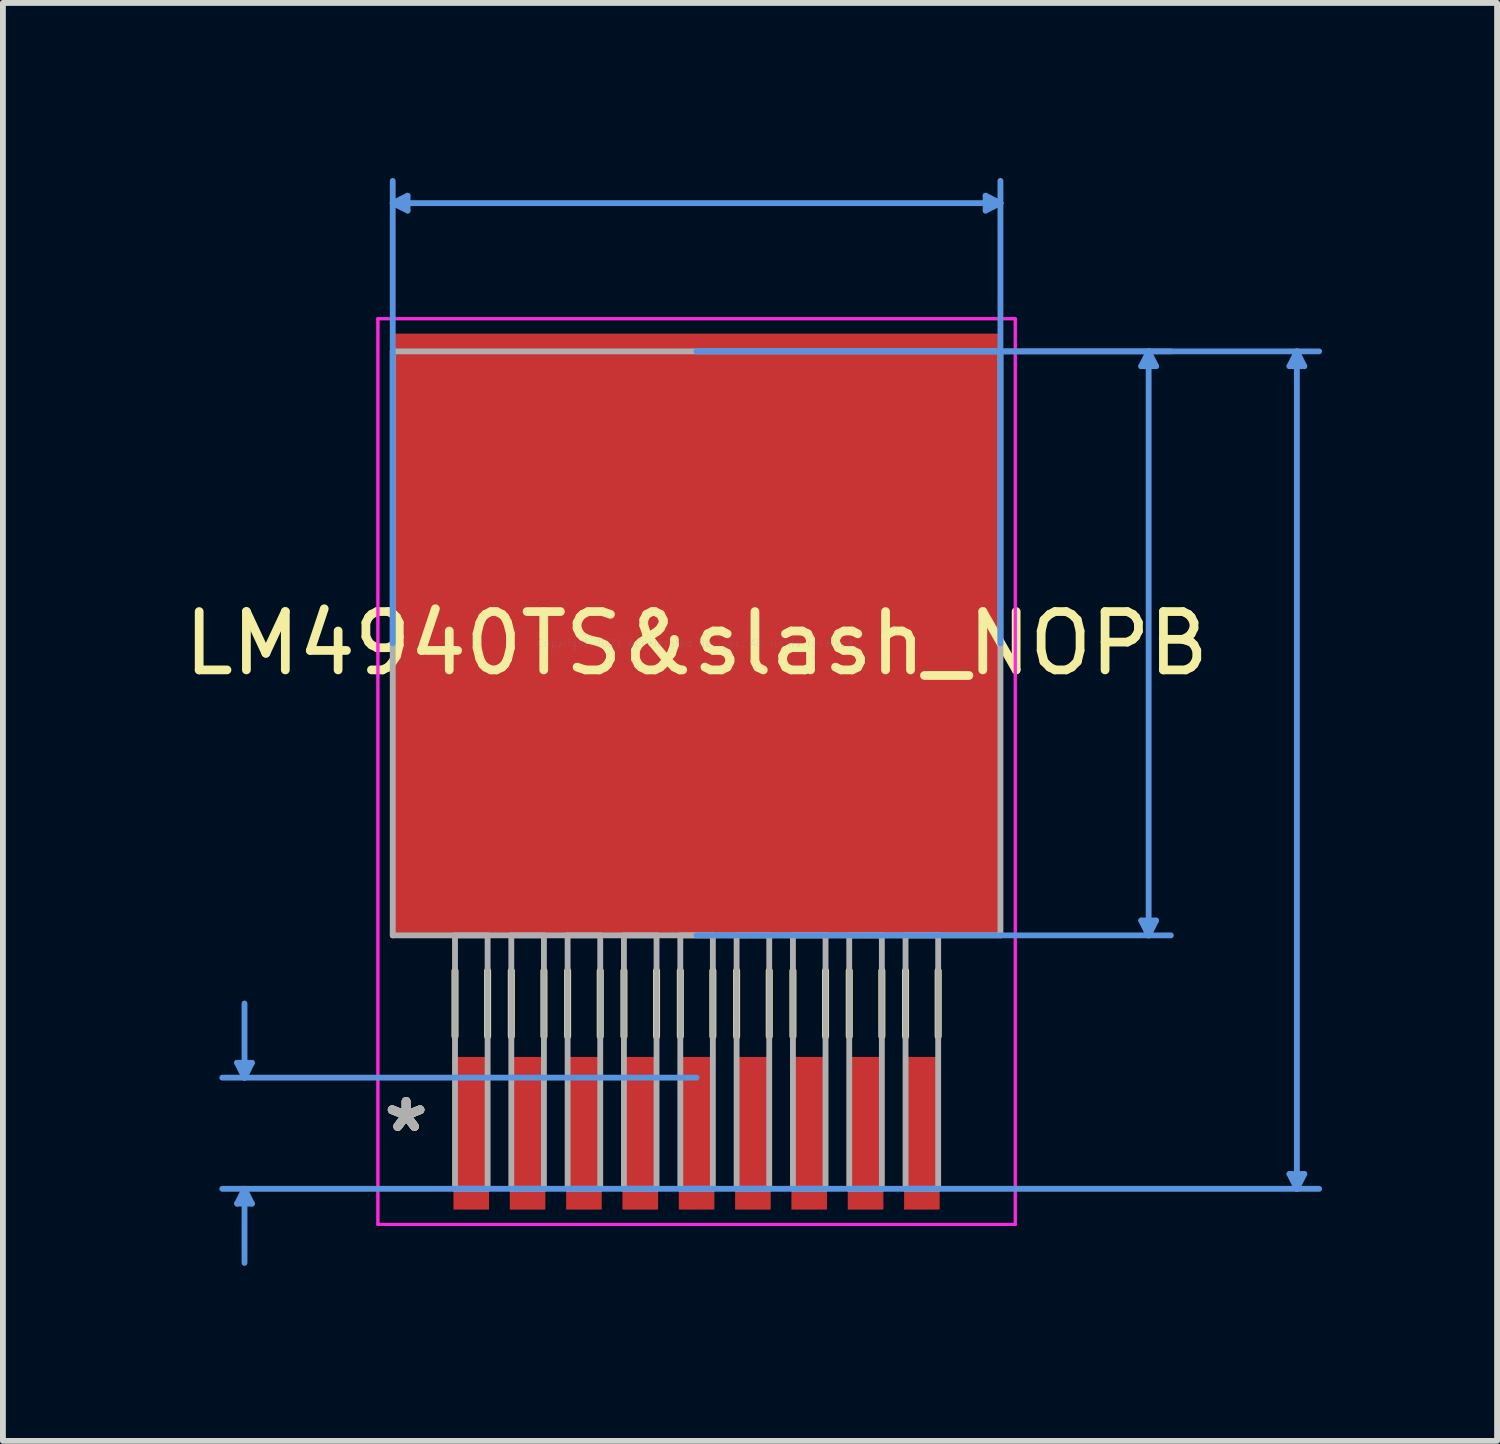
<source format=kicad_pcb>
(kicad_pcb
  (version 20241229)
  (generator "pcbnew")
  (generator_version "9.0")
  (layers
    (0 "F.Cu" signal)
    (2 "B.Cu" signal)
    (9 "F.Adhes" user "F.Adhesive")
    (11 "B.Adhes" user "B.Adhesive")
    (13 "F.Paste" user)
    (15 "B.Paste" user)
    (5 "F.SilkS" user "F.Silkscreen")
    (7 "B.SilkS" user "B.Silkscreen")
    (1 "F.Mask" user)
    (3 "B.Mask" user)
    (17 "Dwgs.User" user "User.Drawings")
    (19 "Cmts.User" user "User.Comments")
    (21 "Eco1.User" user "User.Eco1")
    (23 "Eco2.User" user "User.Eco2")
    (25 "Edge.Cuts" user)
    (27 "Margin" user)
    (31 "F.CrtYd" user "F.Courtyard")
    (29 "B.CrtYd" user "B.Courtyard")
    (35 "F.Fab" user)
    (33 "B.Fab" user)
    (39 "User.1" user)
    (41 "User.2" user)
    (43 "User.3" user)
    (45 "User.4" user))
  (footprint "LM4940TS&slash_NOPB"
    (layer "F.Cu")
    (at 8.887 7.975)
    (property "Reference" "LM4940TS&slash_NOPB" (at 0 0 0) (layer "F.SilkS") (effects (font (size 1 1) (thickness 0.15))))
    (attr through_hole)
    (fp_line (start -4.14 5.613) (end -4.14 6.731) (stroke (width 0.12) (type solid)) (layer "F.SilkS"))
    (fp_line (start -3.581 5.613) (end -3.581 6.731) (stroke (width 0.12) (type solid)) (layer "F.SilkS"))
    (fp_line (start -3.175 5.613) (end -3.175 6.731) (stroke (width 0.12) (type solid)) (layer "F.SilkS"))
    (fp_line (start -2.616 5.613) (end -2.616 6.731) (stroke (width 0.12) (type solid)) (layer "F.SilkS"))
    (fp_line (start -2.21 5.613) (end -2.21 6.731) (stroke (width 0.12) (type solid)) (layer "F.SilkS"))
    (fp_line (start -1.651 5.613) (end -1.651 6.731) (stroke (width 0.12) (type solid)) (layer "F.SilkS"))
    (fp_line (start -1.245 5.613) (end -1.245 6.731) (stroke (width 0.12) (type solid)) (layer "F.SilkS"))
    (fp_line (start -0.686 5.613) (end -0.686 6.731) (stroke (width 0.12) (type solid)) (layer "F.SilkS"))
    (fp_line (start -0.279 5.613) (end -0.279 6.731) (stroke (width 0.12) (type solid)) (layer "F.SilkS"))
    (fp_line (start 0.279 5.613) (end 0.279 6.731) (stroke (width 0.12) (type solid)) (layer "F.SilkS"))
    (fp_line (start 0.686 5.613) (end 0.686 6.731) (stroke (width 0.12) (type solid)) (layer "F.SilkS"))
    (fp_line (start 1.245 5.613) (end 1.245 6.731) (stroke (width 0.12) (type solid)) (layer "F.SilkS"))
    (fp_line (start 1.651 5.613) (end 1.651 6.731) (stroke (width 0.12) (type solid)) (layer "F.SilkS"))
    (fp_line (start 2.21 5.613) (end 2.21 6.731) (stroke (width 0.12) (type solid)) (layer "F.SilkS"))
    (fp_line (start 2.616 5.613) (end 2.616 6.731) (stroke (width 0.12) (type solid)) (layer "F.SilkS"))
    (fp_line (start 3.175 5.613) (end 3.175 6.731) (stroke (width 0.12) (type solid)) (layer "F.SilkS"))
    (fp_line (start 3.581 5.613) (end 3.581 6.731) (stroke (width 0.12) (type solid)) (layer "F.SilkS"))
    (fp_line (start 4.14 5.613) (end 4.14 6.731) (stroke (width 0.12) (type solid)) (layer "F.SilkS"))
    (fp_line (start -7.874 7.188) (end -7.62 7.188) (stroke (width 0.1) (type solid)) (layer "Cmts.User"))
    (fp_line (start -7.874 9.601) (end -7.62 9.601) (stroke (width 0.1) (type solid)) (layer "Cmts.User"))
    (fp_line (start -7.747 7.442) (end -7.874 7.188) (stroke (width 0.1) (type solid)) (layer "Cmts.User"))
    (fp_line (start -7.747 7.442) (end -7.747 6.172) (stroke (width 0.1) (type solid)) (layer "Cmts.User"))
    (fp_line (start -7.747 7.442) (end -7.62 7.188) (stroke (width 0.1) (type solid)) (layer "Cmts.User"))
    (fp_line (start -7.747 9.347) (end -7.874 9.601) (stroke (width 0.1) (type solid)) (layer "Cmts.User"))
    (fp_line (start -7.747 9.347) (end -7.747 10.617) (stroke (width 0.1) (type solid)) (layer "Cmts.User"))
    (fp_line (start -7.747 9.347) (end -7.62 9.601) (stroke (width 0.1) (type solid)) (layer "Cmts.User"))
    (fp_line (start -5.207 -7.544) (end -4.953 -7.671) (stroke (width 0.1) (type solid)) (layer "Cmts.User"))
    (fp_line (start -5.207 -7.544) (end -4.953 -7.417) (stroke (width 0.1) (type solid)) (layer "Cmts.User"))
    (fp_line (start -5.207 -7.544) (end 5.207 -7.544) (stroke (width 0.1) (type solid)) (layer "Cmts.User"))
    (fp_line (start -5.207 0) (end -5.207 -7.925) (stroke (width 0.1) (type solid)) (layer "Cmts.User"))
    (fp_line (start -4.953 -7.671) (end -4.953 -7.417) (stroke (width 0.1) (type solid)) (layer "Cmts.User"))
    (fp_line (start 0 -5.004) (end 8.128 -5.004) (stroke (width 0.1) (type solid)) (layer "Cmts.User"))
    (fp_line (start 0 -5.004) (end 10.668 -5.004) (stroke (width 0.1) (type solid)) (layer "Cmts.User"))
    (fp_line (start 0 5.004) (end 8.128 5.004) (stroke (width 0.1) (type solid)) (layer "Cmts.User"))
    (fp_line (start 0 7.442) (end -8.128 7.442) (stroke (width 0.1) (type solid)) (layer "Cmts.User"))
    (fp_line (start 0 9.347) (end -8.128 9.347) (stroke (width 0.1) (type solid)) (layer "Cmts.User"))
    (fp_line (start 0 9.347) (end 10.668 9.347) (stroke (width 0.1) (type solid)) (layer "Cmts.User"))
    (fp_line (start 4.953 -7.671) (end 4.953 -7.417) (stroke (width 0.1) (type solid)) (layer "Cmts.User"))
    (fp_line (start 5.207 -7.544) (end 4.953 -7.671) (stroke (width 0.1) (type solid)) (layer "Cmts.User"))
    (fp_line (start 5.207 -7.544) (end 4.953 -7.417) (stroke (width 0.1) (type solid)) (layer "Cmts.User"))
    (fp_line (start 5.207 0) (end 5.207 -7.925) (stroke (width 0.1) (type solid)) (layer "Cmts.User"))
    (fp_line (start 7.62 -4.75) (end 7.874 -4.75) (stroke (width 0.1) (type solid)) (layer "Cmts.User"))
    (fp_line (start 7.62 4.75) (end 7.874 4.75) (stroke (width 0.1) (type solid)) (layer "Cmts.User"))
    (fp_line (start 7.747 -5.004) (end 7.62 -4.75) (stroke (width 0.1) (type solid)) (layer "Cmts.User"))
    (fp_line (start 7.747 -5.004) (end 7.747 5.004) (stroke (width 0.1) (type solid)) (layer "Cmts.User"))
    (fp_line (start 7.747 -5.004) (end 7.874 -4.75) (stroke (width 0.1) (type solid)) (layer "Cmts.User"))
    (fp_line (start 7.747 5.004) (end 7.62 4.75) (stroke (width 0.1) (type solid)) (layer "Cmts.User"))
    (fp_line (start 7.747 5.004) (end 7.874 4.75) (stroke (width 0.1) (type solid)) (layer "Cmts.User"))
    (fp_line (start 10.16 -4.75) (end 10.414 -4.75) (stroke (width 0.1) (type solid)) (layer "Cmts.User"))
    (fp_line (start 10.16 9.093) (end 10.414 9.093) (stroke (width 0.1) (type solid)) (layer "Cmts.User"))
    (fp_line (start 10.287 -5.004) (end 10.16 -4.75) (stroke (width 0.1) (type solid)) (layer "Cmts.User"))
    (fp_line (start 10.287 -5.004) (end 10.287 9.347) (stroke (width 0.1) (type solid)) (layer "Cmts.User"))
    (fp_line (start 10.287 -5.004) (end 10.414 -4.75) (stroke (width 0.1) (type solid)) (layer "Cmts.User"))
    (fp_line (start 10.287 9.347) (end 10.16 9.093) (stroke (width 0.1) (type solid)) (layer "Cmts.User"))
    (fp_line (start 10.287 9.347) (end 10.414 9.093) (stroke (width 0.1) (type solid)) (layer "Cmts.User"))
    (fp_line (start -5.461 -5.563) (end 5.461 -5.563) (stroke (width 0.05) (type solid)) (layer "F.CrtYd"))
    (fp_line (start -5.461 -5.563) (end 5.461 -5.563) (stroke (width 0.05) (type solid)) (layer "F.CrtYd"))
    (fp_line (start -5.461 9.957) (end -5.461 -5.563) (stroke (width 0.05) (type solid)) (layer "F.CrtYd"))
    (fp_line (start -5.461 9.957) (end -5.461 -5.563) (stroke (width 0.05) (type solid)) (layer "F.CrtYd"))
    (fp_line (start 5.461 -5.563) (end 5.461 9.957) (stroke (width 0.05) (type solid)) (layer "F.CrtYd"))
    (fp_line (start 5.461 -5.563) (end 5.461 9.957) (stroke (width 0.05) (type solid)) (layer "F.CrtYd"))
    (fp_line (start 5.461 9.957) (end -5.461 9.957) (stroke (width 0.05) (type solid)) (layer "F.CrtYd"))
    (fp_line (start 5.461 9.957) (end -5.461 9.957) (stroke (width 0.05) (type solid)) (layer "F.CrtYd"))
    (fp_line (start -5.207 -5.004) (end -5.207 5.004) (stroke (width 0.1) (type solid)) (layer "F.Fab"))
    (fp_line (start -5.207 5.004) (end 5.207 5.004) (stroke (width 0.1) (type solid)) (layer "F.Fab"))
    (fp_line (start -4.14 5.004) (end -4.14 9.347) (stroke (width 0.1) (type solid)) (layer "F.Fab"))
    (fp_line (start -4.14 9.347) (end -3.581 9.347) (stroke (width 0.1) (type solid)) (layer "F.Fab"))
    (fp_line (start -3.581 5.004) (end -4.14 5.004) (stroke (width 0.1) (type solid)) (layer "F.Fab"))
    (fp_line (start -3.581 9.347) (end -3.581 5.004) (stroke (width 0.1) (type solid)) (layer "F.Fab"))
    (fp_line (start -3.175 5.004) (end -3.175 9.347) (stroke (width 0.1) (type solid)) (layer "F.Fab"))
    (fp_line (start -3.175 9.347) (end -2.616 9.347) (stroke (width 0.1) (type solid)) (layer "F.Fab"))
    (fp_line (start -2.616 5.004) (end -3.175 5.004) (stroke (width 0.1) (type solid)) (layer "F.Fab"))
    (fp_line (start -2.616 9.347) (end -2.616 5.004) (stroke (width 0.1) (type solid)) (layer "F.Fab"))
    (fp_line (start -2.21 5.004) (end -2.21 9.347) (stroke (width 0.1) (type solid)) (layer "F.Fab"))
    (fp_line (start -2.21 9.347) (end -1.651 9.347) (stroke (width 0.1) (type solid)) (layer "F.Fab"))
    (fp_line (start -1.651 5.004) (end -2.21 5.004) (stroke (width 0.1) (type solid)) (layer "F.Fab"))
    (fp_line (start -1.651 9.347) (end -1.651 5.004) (stroke (width 0.1) (type solid)) (layer "F.Fab"))
    (fp_line (start -1.245 5.004) (end -1.245 9.347) (stroke (width 0.1) (type solid)) (layer "F.Fab"))
    (fp_line (start -1.245 9.347) (end -0.686 9.347) (stroke (width 0.1) (type solid)) (layer "F.Fab"))
    (fp_line (start -0.686 5.004) (end -1.245 5.004) (stroke (width 0.1) (type solid)) (layer "F.Fab"))
    (fp_line (start -0.686 9.347) (end -0.686 5.004) (stroke (width 0.1) (type solid)) (layer "F.Fab"))
    (fp_line (start -0.279 5.004) (end -0.279 9.347) (stroke (width 0.1) (type solid)) (layer "F.Fab"))
    (fp_line (start -0.279 9.347) (end 0.279 9.347) (stroke (width 0.1) (type solid)) (layer "F.Fab"))
    (fp_line (start 0.279 5.004) (end -0.279 5.004) (stroke (width 0.1) (type solid)) (layer "F.Fab"))
    (fp_line (start 0.279 9.347) (end 0.279 5.004) (stroke (width 0.1) (type solid)) (layer "F.Fab"))
    (fp_line (start 0.686 5.004) (end 0.686 9.347) (stroke (width 0.1) (type solid)) (layer "F.Fab"))
    (fp_line (start 0.686 9.347) (end 1.245 9.347) (stroke (width 0.1) (type solid)) (layer "F.Fab"))
    (fp_line (start 1.245 5.004) (end 0.686 5.004) (stroke (width 0.1) (type solid)) (layer "F.Fab"))
    (fp_line (start 1.245 9.347) (end 1.245 5.004) (stroke (width 0.1) (type solid)) (layer "F.Fab"))
    (fp_line (start 1.651 5.004) (end 1.651 9.347) (stroke (width 0.1) (type solid)) (layer "F.Fab"))
    (fp_line (start 1.651 9.347) (end 2.21 9.347) (stroke (width 0.1) (type solid)) (layer "F.Fab"))
    (fp_line (start 2.21 5.004) (end 1.651 5.004) (stroke (width 0.1) (type solid)) (layer "F.Fab"))
    (fp_line (start 2.21 9.347) (end 2.21 5.004) (stroke (width 0.1) (type solid)) (layer "F.Fab"))
    (fp_line (start 2.616 5.004) (end 2.616 9.347) (stroke (width 0.1) (type solid)) (layer "F.Fab"))
    (fp_line (start 2.616 9.347) (end 3.175 9.347) (stroke (width 0.1) (type solid)) (layer "F.Fab"))
    (fp_line (start 3.175 5.004) (end 2.616 5.004) (stroke (width 0.1) (type solid)) (layer "F.Fab"))
    (fp_line (start 3.175 9.347) (end 3.175 5.004) (stroke (width 0.1) (type solid)) (layer "F.Fab"))
    (fp_line (start 3.581 5.004) (end 3.581 9.347) (stroke (width 0.1) (type solid)) (layer "F.Fab"))
    (fp_line (start 3.581 9.347) (end 4.14 9.347) (stroke (width 0.1) (type solid)) (layer "F.Fab"))
    (fp_line (start 4.14 5.004) (end 3.581 5.004) (stroke (width 0.1) (type solid)) (layer "F.Fab"))
    (fp_line (start 4.14 9.347) (end 4.14 5.004) (stroke (width 0.1) (type solid)) (layer "F.Fab"))
    (fp_line (start 5.207 -5.004) (end -5.207 -5.004) (stroke (width 0.1) (type solid)) (layer "F.Fab"))
    (fp_line (start 5.207 5.004) (end 5.207 -5.004) (stroke (width 0.1) (type solid)) (layer "F.Fab"))
    (fp_text user "*" (at -4.978 8.395 0) (layer "F.SilkS") (effects (font (size 1 1) (thickness 0.15))))
    (fp_text user "*" (at -4.978 8.395 0) (layer "F.SilkS") (effects (font (size 1 1) (thickness 0.15))))
    (fp_text user "Copyright 2021 Accelerated Designs. All rights reserved." (at 0 0 0) (layer "Cmts.User") (effects (font (size 0.127 0.127) (thickness 0.002))))
    (fp_text user "*" (at -4.978 8.395 0) (layer "F.Fab") (effects (font (size 1 1) (thickness 0.15))))
    (fp_text user "*" (at -4.978 8.395 0) (layer "F.Fab") (effects (font (size 1 1) (thickness 0.15))))
    (pad "1" smd rect (at -3.861 8.395) (size 0.61 2.616) (layers "F.Cu" "F.Mask" "F.Paste"))
    (pad "2" smd rect (at -2.896 8.395) (size 0.61 2.616) (layers "F.Cu" "F.Mask" "F.Paste"))
    (pad "3" smd rect (at -1.93 8.395) (size 0.61 2.616) (layers "F.Cu" "F.Mask" "F.Paste"))
    (pad "4" smd rect (at -0.965 8.395) (size 0.61 2.616) (layers "F.Cu" "F.Mask" "F.Paste"))
    (pad "5" smd rect (at 0 8.395) (size 0.61 2.616) (layers "F.Cu" "F.Mask" "F.Paste"))
    (pad "6" smd rect (at 0.965 8.395) (size 0.61 2.616) (layers "F.Cu" "F.Mask" "F.Paste"))
    (pad "7" smd rect (at 1.93 8.395) (size 0.61 2.616) (layers "F.Cu" "F.Mask" "F.Paste"))
    (pad "8" smd rect (at 2.896 8.395) (size 0.61 2.616) (layers "F.Cu" "F.Mask" "F.Paste"))
    (pad "9" smd rect (at 3.861 8.395) (size 0.61 2.616) (layers "F.Cu" "F.Mask" "F.Paste"))
    (pad "10" smd rect (at 0 -0.152) (size 10.414 10.312) (layers "F.Cu" "F.Mask" "F.Paste")))
  (gr_rect
    (start -3 -3)
    (end 22.605 21.642)
    (stroke (width 0.1) (type default))
    (fill no)
    (layer "Edge.Cuts")))
</source>
